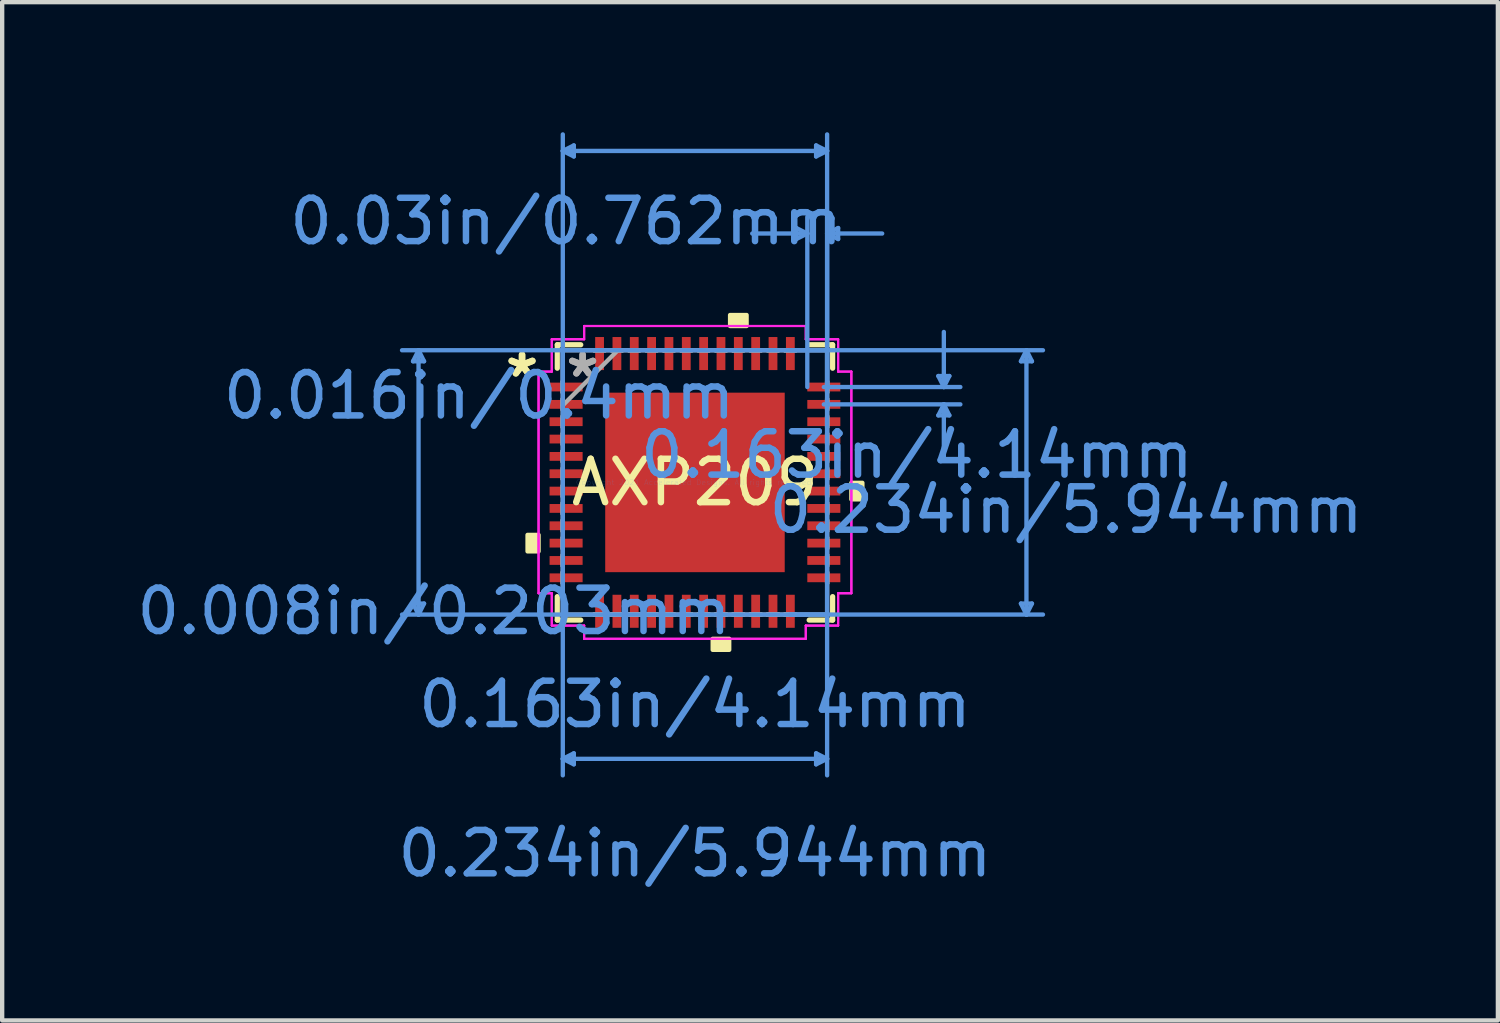
<source format=kicad_pcb>
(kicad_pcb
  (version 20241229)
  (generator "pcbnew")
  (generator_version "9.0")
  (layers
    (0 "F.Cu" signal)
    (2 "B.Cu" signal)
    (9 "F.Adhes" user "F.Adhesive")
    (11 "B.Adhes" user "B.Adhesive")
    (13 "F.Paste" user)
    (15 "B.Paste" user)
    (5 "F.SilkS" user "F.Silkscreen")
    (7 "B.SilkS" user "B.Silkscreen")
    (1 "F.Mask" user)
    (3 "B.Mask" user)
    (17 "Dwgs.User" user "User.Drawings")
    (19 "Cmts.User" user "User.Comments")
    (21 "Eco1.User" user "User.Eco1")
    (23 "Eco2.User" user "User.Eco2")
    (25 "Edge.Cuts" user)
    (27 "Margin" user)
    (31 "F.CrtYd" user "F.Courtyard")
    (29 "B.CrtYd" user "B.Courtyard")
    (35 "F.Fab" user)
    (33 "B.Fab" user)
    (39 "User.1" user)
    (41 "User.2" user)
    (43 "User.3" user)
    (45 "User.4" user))
  (footprint "AXP209"
    (layer "F.Cu")
    (at 12.978 8.076)
    (property "Reference" "AXP209" (at 0 0 0) (layer "F.SilkS") (effects (font (size 1 1) (thickness 0.15))))
    (attr through_hole)
    (fp_line (start -3.175 -3.175) (end -3.175 -2.634) (stroke (width 0.12) (type solid)) (layer "F.SilkS"))
    (fp_line (start -3.175 2.634) (end -3.175 3.175) (stroke (width 0.12) (type solid)) (layer "F.SilkS"))
    (fp_line (start -3.175 3.175) (end -2.634 3.175) (stroke (width 0.12) (type solid)) (layer "F.SilkS"))
    (fp_line (start -2.634 -3.175) (end -3.175 -3.175) (stroke (width 0.12) (type solid)) (layer "F.SilkS"))
    (fp_line (start 2.634 3.175) (end 3.175 3.175) (stroke (width 0.12) (type solid)) (layer "F.SilkS"))
    (fp_line (start 3.175 -3.175) (end 2.634 -3.175) (stroke (width 0.12) (type solid)) (layer "F.SilkS"))
    (fp_line (start 3.175 -2.634) (end 3.175 -3.175) (stroke (width 0.12) (type solid)) (layer "F.SilkS"))
    (fp_line (start 3.175 3.175) (end 3.175 2.634) (stroke (width 0.12) (type solid)) (layer "F.SilkS"))
    (fp_poly (pts (xy -3.861 1.21) (xy -3.861 1.591) (xy -3.607 1.591) (xy -3.607 1.21)) (stroke (width 0.1) (type solid)) (fill yes) (layer "F.SilkS"))
    (fp_poly (pts (xy 0.409 3.607) (xy 0.409 3.861) (xy 0.79 3.861) (xy 0.79 3.607)) (stroke (width 0.1) (type solid)) (fill yes) (layer "F.SilkS"))
    (fp_poly (pts (xy 0.81 -3.607) (xy 0.81 -3.861) (xy 1.191 -3.861) (xy 1.191 -3.607)) (stroke (width 0.1) (type solid)) (fill yes) (layer "F.SilkS"))
    (fp_poly (pts (xy 3.861 0.009) (xy 3.861 0.391) (xy 3.607 0.391) (xy 3.607 0.009)) (stroke (width 0.1) (type solid)) (fill yes) (layer "F.SilkS"))
    (fp_poly (pts (xy -1.97 -1.97) (xy -1.97 -0.79) (xy -0.79 -0.79) (xy -0.79 -1.97)) (stroke (width 0.1) (type solid)) (fill yes) (layer "F.Paste"))
    (fp_poly (pts (xy -1.97 -0.59) (xy -1.97 0.59) (xy -0.79 0.59) (xy -0.79 -0.59)) (stroke (width 0.1) (type solid)) (fill yes) (layer "F.Paste"))
    (fp_poly (pts (xy -1.97 0.79) (xy -1.97 1.97) (xy -0.79 1.97) (xy -0.79 0.79)) (stroke (width 0.1) (type solid)) (fill yes) (layer "F.Paste"))
    (fp_poly (pts (xy -0.59 -1.97) (xy -0.59 -0.79) (xy 0.59 -0.79) (xy 0.59 -1.97)) (stroke (width 0.1) (type solid)) (fill yes) (layer "F.Paste"))
    (fp_poly (pts (xy -0.59 -0.59) (xy -0.59 0.59) (xy 0.59 0.59) (xy 0.59 -0.59)) (stroke (width 0.1) (type solid)) (fill yes) (layer "F.Paste"))
    (fp_poly (pts (xy -0.59 0.79) (xy -0.59 1.97) (xy 0.59 1.97) (xy 0.59 0.79)) (stroke (width 0.1) (type solid)) (fill yes) (layer "F.Paste"))
    (fp_poly (pts (xy 0.79 -1.97) (xy 0.79 -0.79) (xy 1.97 -0.79) (xy 1.97 -1.97)) (stroke (width 0.1) (type solid)) (fill yes) (layer "F.Paste"))
    (fp_poly (pts (xy 0.79 -0.59) (xy 0.79 0.59) (xy 1.97 0.59) (xy 1.97 -0.59)) (stroke (width 0.1) (type solid)) (fill yes) (layer "F.Paste"))
    (fp_poly (pts (xy 0.79 0.79) (xy 0.79 1.97) (xy 1.97 1.97) (xy 1.97 0.79)) (stroke (width 0.1) (type solid)) (fill yes) (layer "F.Paste"))
    (fp_line (start -6.502 -2.794) (end -6.248 -2.794) (stroke (width 0.1) (type solid)) (layer "Cmts.User"))
    (fp_line (start -6.502 2.794) (end -6.248 2.794) (stroke (width 0.1) (type solid)) (layer "Cmts.User"))
    (fp_line (start -6.375 -3.048) (end -6.502 -2.794) (stroke (width 0.1) (type solid)) (layer "Cmts.User"))
    (fp_line (start -6.375 -3.048) (end -6.375 3.048) (stroke (width 0.1) (type solid)) (layer "Cmts.User"))
    (fp_line (start -6.375 -3.048) (end -6.248 -2.794) (stroke (width 0.1) (type solid)) (layer "Cmts.User"))
    (fp_line (start -6.375 3.048) (end -6.502 2.794) (stroke (width 0.1) (type solid)) (layer "Cmts.User"))
    (fp_line (start -6.375 3.048) (end -6.248 2.794) (stroke (width 0.1) (type solid)) (layer "Cmts.User"))
    (fp_line (start -3.048 -7.645) (end -2.794 -7.772) (stroke (width 0.1) (type solid)) (layer "Cmts.User"))
    (fp_line (start -3.048 -7.645) (end -2.794 -7.518) (stroke (width 0.1) (type solid)) (layer "Cmts.User"))
    (fp_line (start -3.048 -7.645) (end 3.048 -7.645) (stroke (width 0.1) (type solid)) (layer "Cmts.User"))
    (fp_line (start -3.048 -3.048) (end -3.048 6.756) (stroke (width 0.1) (type solid)) (layer "Cmts.User"))
    (fp_line (start -3.048 -2.2) (end -3.048 -8.026) (stroke (width 0.1) (type solid)) (layer "Cmts.User"))
    (fp_line (start -3.048 6.375) (end -2.794 6.248) (stroke (width 0.1) (type solid)) (layer "Cmts.User"))
    (fp_line (start -3.048 6.375) (end -2.794 6.502) (stroke (width 0.1) (type solid)) (layer "Cmts.User"))
    (fp_line (start -3.048 6.375) (end 3.048 6.375) (stroke (width 0.1) (type solid)) (layer "Cmts.User"))
    (fp_line (start -2.794 -7.772) (end -2.794 -7.518) (stroke (width 0.1) (type solid)) (layer "Cmts.User"))
    (fp_line (start -2.794 6.248) (end -2.794 6.502) (stroke (width 0.1) (type solid)) (layer "Cmts.User"))
    (fp_line (start 2.2 -3.048) (end 8.026 -3.048) (stroke (width 0.1) (type solid)) (layer "Cmts.User"))
    (fp_line (start 2.2 3.048) (end 8.026 3.048) (stroke (width 0.1) (type solid)) (layer "Cmts.User"))
    (fp_line (start 2.337 -5.867) (end 2.337 -5.613) (stroke (width 0.1) (type solid)) (layer "Cmts.User"))
    (fp_line (start 2.591 -5.74) (end 1.321 -5.74) (stroke (width 0.1) (type solid)) (layer "Cmts.User"))
    (fp_line (start 2.591 -5.74) (end 2.337 -5.867) (stroke (width 0.1) (type solid)) (layer "Cmts.User"))
    (fp_line (start 2.591 -5.74) (end 2.337 -5.613) (stroke (width 0.1) (type solid)) (layer "Cmts.User"))
    (fp_line (start 2.591 -2.2) (end 2.591 -6.121) (stroke (width 0.1) (type solid)) (layer "Cmts.User"))
    (fp_line (start 2.794 -7.772) (end 2.794 -7.518) (stroke (width 0.1) (type solid)) (layer "Cmts.User"))
    (fp_line (start 2.794 6.248) (end 2.794 6.502) (stroke (width 0.1) (type solid)) (layer "Cmts.User"))
    (fp_line (start 2.972 -2.2) (end 6.121 -2.2) (stroke (width 0.1) (type solid)) (layer "Cmts.User"))
    (fp_line (start 2.972 -1.8) (end 6.121 -1.8) (stroke (width 0.1) (type solid)) (layer "Cmts.User"))
    (fp_line (start 3.048 -7.645) (end 2.794 -7.772) (stroke (width 0.1) (type solid)) (layer "Cmts.User"))
    (fp_line (start 3.048 -7.645) (end 2.794 -7.518) (stroke (width 0.1) (type solid)) (layer "Cmts.User"))
    (fp_line (start 3.048 -5.74) (end 3.302 -5.867) (stroke (width 0.1) (type solid)) (layer "Cmts.User"))
    (fp_line (start 3.048 -5.74) (end 3.302 -5.613) (stroke (width 0.1) (type solid)) (layer "Cmts.User"))
    (fp_line (start 3.048 -5.74) (end 4.318 -5.74) (stroke (width 0.1) (type solid)) (layer "Cmts.User"))
    (fp_line (start 3.048 -3.048) (end -6.756 -3.048) (stroke (width 0.1) (type solid)) (layer "Cmts.User"))
    (fp_line (start 3.048 -3.048) (end 3.048 6.756) (stroke (width 0.1) (type solid)) (layer "Cmts.User"))
    (fp_line (start 3.048 -2.2) (end 3.048 -8.026) (stroke (width 0.1) (type solid)) (layer "Cmts.User"))
    (fp_line (start 3.048 -2.2) (end 3.048 -6.121) (stroke (width 0.1) (type solid)) (layer "Cmts.User"))
    (fp_line (start 3.048 3.048) (end -6.756 3.048) (stroke (width 0.1) (type solid)) (layer "Cmts.User"))
    (fp_line (start 3.048 6.375) (end 2.794 6.248) (stroke (width 0.1) (type solid)) (layer "Cmts.User"))
    (fp_line (start 3.048 6.375) (end 2.794 6.502) (stroke (width 0.1) (type solid)) (layer "Cmts.User"))
    (fp_line (start 3.302 -5.867) (end 3.302 -5.613) (stroke (width 0.1) (type solid)) (layer "Cmts.User"))
    (fp_line (start 5.613 -2.454) (end 5.867 -2.454) (stroke (width 0.1) (type solid)) (layer "Cmts.User"))
    (fp_line (start 5.613 -1.546) (end 5.867 -1.546) (stroke (width 0.1) (type solid)) (layer "Cmts.User"))
    (fp_line (start 5.74 -2.2) (end 5.613 -2.454) (stroke (width 0.1) (type solid)) (layer "Cmts.User"))
    (fp_line (start 5.74 -2.2) (end 5.74 -3.47) (stroke (width 0.1) (type solid)) (layer "Cmts.User"))
    (fp_line (start 5.74 -2.2) (end 5.867 -2.454) (stroke (width 0.1) (type solid)) (layer "Cmts.User"))
    (fp_line (start 5.74 -1.8) (end 5.613 -1.546) (stroke (width 0.1) (type solid)) (layer "Cmts.User"))
    (fp_line (start 5.74 -1.8) (end 5.74 -0.53) (stroke (width 0.1) (type solid)) (layer "Cmts.User"))
    (fp_line (start 5.74 -1.8) (end 5.867 -1.546) (stroke (width 0.1) (type solid)) (layer "Cmts.User"))
    (fp_line (start 7.518 -2.794) (end 7.772 -2.794) (stroke (width 0.1) (type solid)) (layer "Cmts.User"))
    (fp_line (start 7.518 2.794) (end 7.772 2.794) (stroke (width 0.1) (type solid)) (layer "Cmts.User"))
    (fp_line (start 7.645 -3.048) (end 7.518 -2.794) (stroke (width 0.1) (type solid)) (layer "Cmts.User"))
    (fp_line (start 7.645 -3.048) (end 7.645 3.048) (stroke (width 0.1) (type solid)) (layer "Cmts.User"))
    (fp_line (start 7.645 -3.048) (end 7.772 -2.794) (stroke (width 0.1) (type solid)) (layer "Cmts.User"))
    (fp_line (start 7.645 3.048) (end 7.518 2.794) (stroke (width 0.1) (type solid)) (layer "Cmts.User"))
    (fp_line (start 7.645 3.048) (end 7.772 2.794) (stroke (width 0.1) (type solid)) (layer "Cmts.User"))
    (fp_line (start -3.607 -2.556) (end -3.302 -2.556) (stroke (width 0.05) (type solid)) (layer "F.CrtYd"))
    (fp_line (start -3.607 -2.556) (end -3.302 -2.556) (stroke (width 0.05) (type solid)) (layer "F.CrtYd"))
    (fp_line (start -3.607 2.556) (end -3.607 -2.556) (stroke (width 0.05) (type solid)) (layer "F.CrtYd"))
    (fp_line (start -3.607 2.556) (end -3.607 -2.556) (stroke (width 0.05) (type solid)) (layer "F.CrtYd"))
    (fp_line (start -3.302 -3.302) (end -2.556 -3.302) (stroke (width 0.05) (type solid)) (layer "F.CrtYd"))
    (fp_line (start -3.302 -3.302) (end -2.556 -3.302) (stroke (width 0.05) (type solid)) (layer "F.CrtYd"))
    (fp_line (start -3.302 -2.556) (end -3.302 -3.302) (stroke (width 0.05) (type solid)) (layer "F.CrtYd"))
    (fp_line (start -3.302 -2.556) (end -3.302 -3.302) (stroke (width 0.05) (type solid)) (layer "F.CrtYd"))
    (fp_line (start -3.302 2.556) (end -3.607 2.556) (stroke (width 0.05) (type solid)) (layer "F.CrtYd"))
    (fp_line (start -3.302 2.556) (end -3.607 2.556) (stroke (width 0.05) (type solid)) (layer "F.CrtYd"))
    (fp_line (start -3.302 3.302) (end -3.302 2.556) (stroke (width 0.05) (type solid)) (layer "F.CrtYd"))
    (fp_line (start -3.302 3.302) (end -3.302 2.556) (stroke (width 0.05) (type solid)) (layer "F.CrtYd"))
    (fp_line (start -2.556 -3.607) (end 2.556 -3.607) (stroke (width 0.05) (type solid)) (layer "F.CrtYd"))
    (fp_line (start -2.556 -3.607) (end 2.556 -3.607) (stroke (width 0.05) (type solid)) (layer "F.CrtYd"))
    (fp_line (start -2.556 -3.302) (end -2.556 -3.607) (stroke (width 0.05) (type solid)) (layer "F.CrtYd"))
    (fp_line (start -2.556 -3.302) (end -2.556 -3.607) (stroke (width 0.05) (type solid)) (layer "F.CrtYd"))
    (fp_line (start -2.556 3.302) (end -3.302 3.302) (stroke (width 0.05) (type solid)) (layer "F.CrtYd"))
    (fp_line (start -2.556 3.302) (end -3.302 3.302) (stroke (width 0.05) (type solid)) (layer "F.CrtYd"))
    (fp_line (start -2.556 3.607) (end -2.556 3.302) (stroke (width 0.05) (type solid)) (layer "F.CrtYd"))
    (fp_line (start -2.556 3.607) (end -2.556 3.302) (stroke (width 0.05) (type solid)) (layer "F.CrtYd"))
    (fp_line (start 2.556 -3.607) (end 2.556 -3.302) (stroke (width 0.05) (type solid)) (layer "F.CrtYd"))
    (fp_line (start 2.556 -3.607) (end 2.556 -3.302) (stroke (width 0.05) (type solid)) (layer "F.CrtYd"))
    (fp_line (start 2.556 -3.302) (end 3.302 -3.302) (stroke (width 0.05) (type solid)) (layer "F.CrtYd"))
    (fp_line (start 2.556 -3.302) (end 3.302 -3.302) (stroke (width 0.05) (type solid)) (layer "F.CrtYd"))
    (fp_line (start 2.556 3.302) (end 2.556 3.607) (stroke (width 0.05) (type solid)) (layer "F.CrtYd"))
    (fp_line (start 2.556 3.302) (end 2.556 3.607) (stroke (width 0.05) (type solid)) (layer "F.CrtYd"))
    (fp_line (start 2.556 3.607) (end -2.556 3.607) (stroke (width 0.05) (type solid)) (layer "F.CrtYd"))
    (fp_line (start 2.556 3.607) (end -2.556 3.607) (stroke (width 0.05) (type solid)) (layer "F.CrtYd"))
    (fp_line (start 3.302 -3.302) (end 3.302 -2.556) (stroke (width 0.05) (type solid)) (layer "F.CrtYd"))
    (fp_line (start 3.302 -3.302) (end 3.302 -2.556) (stroke (width 0.05) (type solid)) (layer "F.CrtYd"))
    (fp_line (start 3.302 -2.556) (end 3.607 -2.556) (stroke (width 0.05) (type solid)) (layer "F.CrtYd"))
    (fp_line (start 3.302 -2.556) (end 3.607 -2.556) (stroke (width 0.05) (type solid)) (layer "F.CrtYd"))
    (fp_line (start 3.302 2.556) (end 3.302 3.302) (stroke (width 0.05) (type solid)) (layer "F.CrtYd"))
    (fp_line (start 3.302 2.556) (end 3.302 3.302) (stroke (width 0.05) (type solid)) (layer "F.CrtYd"))
    (fp_line (start 3.302 3.302) (end 2.556 3.302) (stroke (width 0.05) (type solid)) (layer "F.CrtYd"))
    (fp_line (start 3.302 3.302) (end 2.556 3.302) (stroke (width 0.05) (type solid)) (layer "F.CrtYd"))
    (fp_line (start 3.607 -2.556) (end 3.607 2.556) (stroke (width 0.05) (type solid)) (layer "F.CrtYd"))
    (fp_line (start 3.607 -2.556) (end 3.607 2.556) (stroke (width 0.05) (type solid)) (layer "F.CrtYd"))
    (fp_line (start 3.607 2.556) (end 3.302 2.556) (stroke (width 0.05) (type solid)) (layer "F.CrtYd"))
    (fp_line (start 3.607 2.556) (end 3.302 2.556) (stroke (width 0.05) (type solid)) (layer "F.CrtYd"))
    (fp_line (start -3.048 -3.048) (end -3.048 -3.048) (stroke (width 0.1) (type solid)) (layer "F.Fab"))
    (fp_line (start -3.048 -3.048) (end -3.048 3.048) (stroke (width 0.1) (type solid)) (layer "F.Fab"))
    (fp_line (start -3.048 -2.327) (end -3.048 -2.327) (stroke (width 0.1) (type solid)) (layer "F.Fab"))
    (fp_line (start -3.048 -2.327) (end -3.048 -2.073) (stroke (width 0.1) (type solid)) (layer "F.Fab"))
    (fp_line (start -3.048 -2.073) (end -3.048 -2.327) (stroke (width 0.1) (type solid)) (layer "F.Fab"))
    (fp_line (start -3.048 -2.073) (end -3.048 -2.073) (stroke (width 0.1) (type solid)) (layer "F.Fab"))
    (fp_line (start -3.048 -1.927) (end -3.048 -1.927) (stroke (width 0.1) (type solid)) (layer "F.Fab"))
    (fp_line (start -3.048 -1.927) (end -3.048 -1.673) (stroke (width 0.1) (type solid)) (layer "F.Fab"))
    (fp_line (start -3.048 -1.778) (end -1.778 -3.048) (stroke (width 0.1) (type solid)) (layer "F.Fab"))
    (fp_line (start -3.048 -1.673) (end -3.048 -1.927) (stroke (width 0.1) (type solid)) (layer "F.Fab"))
    (fp_line (start -3.048 -1.673) (end -3.048 -1.673) (stroke (width 0.1) (type solid)) (layer "F.Fab"))
    (fp_line (start -3.048 -1.527) (end -3.048 -1.527) (stroke (width 0.1) (type solid)) (layer "F.Fab"))
    (fp_line (start -3.048 -1.527) (end -3.048 -1.273) (stroke (width 0.1) (type solid)) (layer "F.Fab"))
    (fp_line (start -3.048 -1.273) (end -3.048 -1.527) (stroke (width 0.1) (type solid)) (layer "F.Fab"))
    (fp_line (start -3.048 -1.273) (end -3.048 -1.273) (stroke (width 0.1) (type solid)) (layer "F.Fab"))
    (fp_line (start -3.048 -1.127) (end -3.048 -1.127) (stroke (width 0.1) (type solid)) (layer "F.Fab"))
    (fp_line (start -3.048 -1.127) (end -3.048 -0.873) (stroke (width 0.1) (type solid)) (layer "F.Fab"))
    (fp_line (start -3.048 -0.873) (end -3.048 -1.127) (stroke (width 0.1) (type solid)) (layer "F.Fab"))
    (fp_line (start -3.048 -0.873) (end -3.048 -0.873) (stroke (width 0.1) (type solid)) (layer "F.Fab"))
    (fp_line (start -3.048 -0.727) (end -3.048 -0.727) (stroke (width 0.1) (type solid)) (layer "F.Fab"))
    (fp_line (start -3.048 -0.727) (end -3.048 -0.473) (stroke (width 0.1) (type solid)) (layer "F.Fab"))
    (fp_line (start -3.048 -0.473) (end -3.048 -0.727) (stroke (width 0.1) (type solid)) (layer "F.Fab"))
    (fp_line (start -3.048 -0.473) (end -3.048 -0.473) (stroke (width 0.1) (type solid)) (layer "F.Fab"))
    (fp_line (start -3.048 -0.327) (end -3.048 -0.327) (stroke (width 0.1) (type solid)) (layer "F.Fab"))
    (fp_line (start -3.048 -0.327) (end -3.048 -0.073) (stroke (width 0.1) (type solid)) (layer "F.Fab"))
    (fp_line (start -3.048 -0.073) (end -3.048 -0.327) (stroke (width 0.1) (type solid)) (layer "F.Fab"))
    (fp_line (start -3.048 -0.073) (end -3.048 -0.073) (stroke (width 0.1) (type solid)) (layer "F.Fab"))
    (fp_line (start -3.048 0.073) (end -3.048 0.073) (stroke (width 0.1) (type solid)) (layer "F.Fab"))
    (fp_line (start -3.048 0.073) (end -3.048 0.327) (stroke (width 0.1) (type solid)) (layer "F.Fab"))
    (fp_line (start -3.048 0.327) (end -3.048 0.073) (stroke (width 0.1) (type solid)) (layer "F.Fab"))
    (fp_line (start -3.048 0.327) (end -3.048 0.327) (stroke (width 0.1) (type solid)) (layer "F.Fab"))
    (fp_line (start -3.048 0.473) (end -3.048 0.473) (stroke (width 0.1) (type solid)) (layer "F.Fab"))
    (fp_line (start -3.048 0.473) (end -3.048 0.727) (stroke (width 0.1) (type solid)) (layer "F.Fab"))
    (fp_line (start -3.048 0.727) (end -3.048 0.473) (stroke (width 0.1) (type solid)) (layer "F.Fab"))
    (fp_line (start -3.048 0.727) (end -3.048 0.727) (stroke (width 0.1) (type solid)) (layer "F.Fab"))
    (fp_line (start -3.048 0.873) (end -3.048 0.873) (stroke (width 0.1) (type solid)) (layer "F.Fab"))
    (fp_line (start -3.048 0.873) (end -3.048 1.127) (stroke (width 0.1) (type solid)) (layer "F.Fab"))
    (fp_line (start -3.048 1.127) (end -3.048 0.873) (stroke (width 0.1) (type solid)) (layer "F.Fab"))
    (fp_line (start -3.048 1.127) (end -3.048 1.127) (stroke (width 0.1) (type solid)) (layer "F.Fab"))
    (fp_line (start -3.048 1.273) (end -3.048 1.273) (stroke (width 0.1) (type solid)) (layer "F.Fab"))
    (fp_line (start -3.048 1.273) (end -3.048 1.527) (stroke (width 0.1) (type solid)) (layer "F.Fab"))
    (fp_line (start -3.048 1.527) (end -3.048 1.273) (stroke (width 0.1) (type solid)) (layer "F.Fab"))
    (fp_line (start -3.048 1.527) (end -3.048 1.527) (stroke (width 0.1) (type solid)) (layer "F.Fab"))
    (fp_line (start -3.048 1.673) (end -3.048 1.673) (stroke (width 0.1) (type solid)) (layer "F.Fab"))
    (fp_line (start -3.048 1.673) (end -3.048 1.927) (stroke (width 0.1) (type solid)) (layer "F.Fab"))
    (fp_line (start -3.048 1.927) (end -3.048 1.673) (stroke (width 0.1) (type solid)) (layer "F.Fab"))
    (fp_line (start -3.048 1.927) (end -3.048 1.927) (stroke (width 0.1) (type solid)) (layer "F.Fab"))
    (fp_line (start -3.048 2.073) (end -3.048 2.073) (stroke (width 0.1) (type solid)) (layer "F.Fab"))
    (fp_line (start -3.048 2.073) (end -3.048 2.327) (stroke (width 0.1) (type solid)) (layer "F.Fab"))
    (fp_line (start -3.048 2.327) (end -3.048 2.073) (stroke (width 0.1) (type solid)) (layer "F.Fab"))
    (fp_line (start -3.048 2.327) (end -3.048 2.327) (stroke (width 0.1) (type solid)) (layer "F.Fab"))
    (fp_line (start -3.048 3.048) (end -3.048 3.048) (stroke (width 0.1) (type solid)) (layer "F.Fab"))
    (fp_line (start -3.048 3.048) (end 3.048 3.048) (stroke (width 0.1) (type solid)) (layer "F.Fab"))
    (fp_line (start -2.327 -3.048) (end -2.327 -3.048) (stroke (width 0.1) (type solid)) (layer "F.Fab"))
    (fp_line (start -2.327 -3.048) (end -2.073 -3.048) (stroke (width 0.1) (type solid)) (layer "F.Fab"))
    (fp_line (start -2.327 3.048) (end -2.327 3.048) (stroke (width 0.1) (type solid)) (layer "F.Fab"))
    (fp_line (start -2.327 3.048) (end -2.073 3.048) (stroke (width 0.1) (type solid)) (layer "F.Fab"))
    (fp_line (start -2.073 -3.048) (end -2.327 -3.048) (stroke (width 0.1) (type solid)) (layer "F.Fab"))
    (fp_line (start -2.073 -3.048) (end -2.073 -3.048) (stroke (width 0.1) (type solid)) (layer "F.Fab"))
    (fp_line (start -2.073 3.048) (end -2.327 3.048) (stroke (width 0.1) (type solid)) (layer "F.Fab"))
    (fp_line (start -2.073 3.048) (end -2.073 3.048) (stroke (width 0.1) (type solid)) (layer "F.Fab"))
    (fp_line (start -1.927 -3.048) (end -1.927 -3.048) (stroke (width 0.1) (type solid)) (layer "F.Fab"))
    (fp_line (start -1.927 -3.048) (end -1.673 -3.048) (stroke (width 0.1) (type solid)) (layer "F.Fab"))
    (fp_line (start -1.927 3.048) (end -1.927 3.048) (stroke (width 0.1) (type solid)) (layer "F.Fab"))
    (fp_line (start -1.927 3.048) (end -1.673 3.048) (stroke (width 0.1) (type solid)) (layer "F.Fab"))
    (fp_line (start -1.673 -3.048) (end -1.927 -3.048) (stroke (width 0.1) (type solid)) (layer "F.Fab"))
    (fp_line (start -1.673 -3.048) (end -1.673 -3.048) (stroke (width 0.1) (type solid)) (layer "F.Fab"))
    (fp_line (start -1.673 3.048) (end -1.927 3.048) (stroke (width 0.1) (type solid)) (layer "F.Fab"))
    (fp_line (start -1.673 3.048) (end -1.673 3.048) (stroke (width 0.1) (type solid)) (layer "F.Fab"))
    (fp_line (start -1.527 -3.048) (end -1.527 -3.048) (stroke (width 0.1) (type solid)) (layer "F.Fab"))
    (fp_line (start -1.527 -3.048) (end -1.273 -3.048) (stroke (width 0.1) (type solid)) (layer "F.Fab"))
    (fp_line (start -1.527 3.048) (end -1.527 3.048) (stroke (width 0.1) (type solid)) (layer "F.Fab"))
    (fp_line (start -1.527 3.048) (end -1.273 3.048) (stroke (width 0.1) (type solid)) (layer "F.Fab"))
    (fp_line (start -1.273 -3.048) (end -1.527 -3.048) (stroke (width 0.1) (type solid)) (layer "F.Fab"))
    (fp_line (start -1.273 -3.048) (end -1.273 -3.048) (stroke (width 0.1) (type solid)) (layer "F.Fab"))
    (fp_line (start -1.273 3.048) (end -1.527 3.048) (stroke (width 0.1) (type solid)) (layer "F.Fab"))
    (fp_line (start -1.273 3.048) (end -1.273 3.048) (stroke (width 0.1) (type solid)) (layer "F.Fab"))
    (fp_line (start -1.127 -3.048) (end -1.127 -3.048) (stroke (width 0.1) (type solid)) (layer "F.Fab"))
    (fp_line (start -1.127 -3.048) (end -0.873 -3.048) (stroke (width 0.1) (type solid)) (layer "F.Fab"))
    (fp_line (start -1.127 3.048) (end -1.127 3.048) (stroke (width 0.1) (type solid)) (layer "F.Fab"))
    (fp_line (start -1.127 3.048) (end -0.873 3.048) (stroke (width 0.1) (type solid)) (layer "F.Fab"))
    (fp_line (start -0.873 -3.048) (end -1.127 -3.048) (stroke (width 0.1) (type solid)) (layer "F.Fab"))
    (fp_line (start -0.873 -3.048) (end -0.873 -3.048) (stroke (width 0.1) (type solid)) (layer "F.Fab"))
    (fp_line (start -0.873 3.048) (end -1.127 3.048) (stroke (width 0.1) (type solid)) (layer "F.Fab"))
    (fp_line (start -0.873 3.048) (end -0.873 3.048) (stroke (width 0.1) (type solid)) (layer "F.Fab"))
    (fp_line (start -0.727 -3.048) (end -0.727 -3.048) (stroke (width 0.1) (type solid)) (layer "F.Fab"))
    (fp_line (start -0.727 -3.048) (end -0.473 -3.048) (stroke (width 0.1) (type solid)) (layer "F.Fab"))
    (fp_line (start -0.727 3.048) (end -0.727 3.048) (stroke (width 0.1) (type solid)) (layer "F.Fab"))
    (fp_line (start -0.727 3.048) (end -0.473 3.048) (stroke (width 0.1) (type solid)) (layer "F.Fab"))
    (fp_line (start -0.473 -3.048) (end -0.727 -3.048) (stroke (width 0.1) (type solid)) (layer "F.Fab"))
    (fp_line (start -0.473 -3.048) (end -0.473 -3.048) (stroke (width 0.1) (type solid)) (layer "F.Fab"))
    (fp_line (start -0.473 3.048) (end -0.727 3.048) (stroke (width 0.1) (type solid)) (layer "F.Fab"))
    (fp_line (start -0.473 3.048) (end -0.473 3.048) (stroke (width 0.1) (type solid)) (layer "F.Fab"))
    (fp_line (start -0.327 -3.048) (end -0.327 -3.048) (stroke (width 0.1) (type solid)) (layer "F.Fab"))
    (fp_line (start -0.327 -3.048) (end -0.073 -3.048) (stroke (width 0.1) (type solid)) (layer "F.Fab"))
    (fp_line (start -0.327 3.048) (end -0.327 3.048) (stroke (width 0.1) (type solid)) (layer "F.Fab"))
    (fp_line (start -0.327 3.048) (end -0.073 3.048) (stroke (width 0.1) (type solid)) (layer "F.Fab"))
    (fp_line (start -0.073 -3.048) (end -0.327 -3.048) (stroke (width 0.1) (type solid)) (layer "F.Fab"))
    (fp_line (start -0.073 -3.048) (end -0.073 -3.048) (stroke (width 0.1) (type solid)) (layer "F.Fab"))
    (fp_line (start -0.073 3.048) (end -0.327 3.048) (stroke (width 0.1) (type solid)) (layer "F.Fab"))
    (fp_line (start -0.073 3.048) (end -0.073 3.048) (stroke (width 0.1) (type solid)) (layer "F.Fab"))
    (fp_line (start 0.073 -3.048) (end 0.073 -3.048) (stroke (width 0.1) (type solid)) (layer "F.Fab"))
    (fp_line (start 0.073 -3.048) (end 0.327 -3.048) (stroke (width 0.1) (type solid)) (layer "F.Fab"))
    (fp_line (start 0.073 3.048) (end 0.073 3.048) (stroke (width 0.1) (type solid)) (layer "F.Fab"))
    (fp_line (start 0.073 3.048) (end 0.327 3.048) (stroke (width 0.1) (type solid)) (layer "F.Fab"))
    (fp_line (start 0.327 -3.048) (end 0.073 -3.048) (stroke (width 0.1) (type solid)) (layer "F.Fab"))
    (fp_line (start 0.327 -3.048) (end 0.327 -3.048) (stroke (width 0.1) (type solid)) (layer "F.Fab"))
    (fp_line (start 0.327 3.048) (end 0.073 3.048) (stroke (width 0.1) (type solid)) (layer "F.Fab"))
    (fp_line (start 0.327 3.048) (end 0.327 3.048) (stroke (width 0.1) (type solid)) (layer "F.Fab"))
    (fp_line (start 0.473 -3.048) (end 0.473 -3.048) (stroke (width 0.1) (type solid)) (layer "F.Fab"))
    (fp_line (start 0.473 -3.048) (end 0.727 -3.048) (stroke (width 0.1) (type solid)) (layer "F.Fab"))
    (fp_line (start 0.473 3.048) (end 0.473 3.048) (stroke (width 0.1) (type solid)) (layer "F.Fab"))
    (fp_line (start 0.473 3.048) (end 0.727 3.048) (stroke (width 0.1) (type solid)) (layer "F.Fab"))
    (fp_line (start 0.727 -3.048) (end 0.473 -3.048) (stroke (width 0.1) (type solid)) (layer "F.Fab"))
    (fp_line (start 0.727 -3.048) (end 0.727 -3.048) (stroke (width 0.1) (type solid)) (layer "F.Fab"))
    (fp_line (start 0.727 3.048) (end 0.473 3.048) (stroke (width 0.1) (type solid)) (layer "F.Fab"))
    (fp_line (start 0.727 3.048) (end 0.727 3.048) (stroke (width 0.1) (type solid)) (layer "F.Fab"))
    (fp_line (start 0.873 -3.048) (end 0.873 -3.048) (stroke (width 0.1) (type solid)) (layer "F.Fab"))
    (fp_line (start 0.873 -3.048) (end 1.127 -3.048) (stroke (width 0.1) (type solid)) (layer "F.Fab"))
    (fp_line (start 0.873 3.048) (end 0.873 3.048) (stroke (width 0.1) (type solid)) (layer "F.Fab"))
    (fp_line (start 0.873 3.048) (end 1.127 3.048) (stroke (width 0.1) (type solid)) (layer "F.Fab"))
    (fp_line (start 1.127 -3.048) (end 0.873 -3.048) (stroke (width 0.1) (type solid)) (layer "F.Fab"))
    (fp_line (start 1.127 -3.048) (end 1.127 -3.048) (stroke (width 0.1) (type solid)) (layer "F.Fab"))
    (fp_line (start 1.127 3.048) (end 0.873 3.048) (stroke (width 0.1) (type solid)) (layer "F.Fab"))
    (fp_line (start 1.127 3.048) (end 1.127 3.048) (stroke (width 0.1) (type solid)) (layer "F.Fab"))
    (fp_line (start 1.273 -3.048) (end 1.273 -3.048) (stroke (width 0.1) (type solid)) (layer "F.Fab"))
    (fp_line (start 1.273 -3.048) (end 1.527 -3.048) (stroke (width 0.1) (type solid)) (layer "F.Fab"))
    (fp_line (start 1.273 3.048) (end 1.273 3.048) (stroke (width 0.1) (type solid)) (layer "F.Fab"))
    (fp_line (start 1.273 3.048) (end 1.527 3.048) (stroke (width 0.1) (type solid)) (layer "F.Fab"))
    (fp_line (start 1.527 -3.048) (end 1.273 -3.048) (stroke (width 0.1) (type solid)) (layer "F.Fab"))
    (fp_line (start 1.527 -3.048) (end 1.527 -3.048) (stroke (width 0.1) (type solid)) (layer "F.Fab"))
    (fp_line (start 1.527 3.048) (end 1.273 3.048) (stroke (width 0.1) (type solid)) (layer "F.Fab"))
    (fp_line (start 1.527 3.048) (end 1.527 3.048) (stroke (width 0.1) (type solid)) (layer "F.Fab"))
    (fp_line (start 1.673 -3.048) (end 1.673 -3.048) (stroke (width 0.1) (type solid)) (layer "F.Fab"))
    (fp_line (start 1.673 -3.048) (end 1.927 -3.048) (stroke (width 0.1) (type solid)) (layer "F.Fab"))
    (fp_line (start 1.673 3.048) (end 1.673 3.048) (stroke (width 0.1) (type solid)) (layer "F.Fab"))
    (fp_line (start 1.673 3.048) (end 1.927 3.048) (stroke (width 0.1) (type solid)) (layer "F.Fab"))
    (fp_line (start 1.927 -3.048) (end 1.673 -3.048) (stroke (width 0.1) (type solid)) (layer "F.Fab"))
    (fp_line (start 1.927 -3.048) (end 1.927 -3.048) (stroke (width 0.1) (type solid)) (layer "F.Fab"))
    (fp_line (start 1.927 3.048) (end 1.673 3.048) (stroke (width 0.1) (type solid)) (layer "F.Fab"))
    (fp_line (start 1.927 3.048) (end 1.927 3.048) (stroke (width 0.1) (type solid)) (layer "F.Fab"))
    (fp_line (start 2.073 -3.048) (end 2.073 -3.048) (stroke (width 0.1) (type solid)) (layer "F.Fab"))
    (fp_line (start 2.073 -3.048) (end 2.327 -3.048) (stroke (width 0.1) (type solid)) (layer "F.Fab"))
    (fp_line (start 2.073 3.048) (end 2.073 3.048) (stroke (width 0.1) (type solid)) (layer "F.Fab"))
    (fp_line (start 2.073 3.048) (end 2.327 3.048) (stroke (width 0.1) (type solid)) (layer "F.Fab"))
    (fp_line (start 2.327 -3.048) (end 2.073 -3.048) (stroke (width 0.1) (type solid)) (layer "F.Fab"))
    (fp_line (start 2.327 -3.048) (end 2.327 -3.048) (stroke (width 0.1) (type solid)) (layer "F.Fab"))
    (fp_line (start 2.327 3.048) (end 2.073 3.048) (stroke (width 0.1) (type solid)) (layer "F.Fab"))
    (fp_line (start 2.327 3.048) (end 2.327 3.048) (stroke (width 0.1) (type solid)) (layer "F.Fab"))
    (fp_line (start 3.048 -3.048) (end -3.048 -3.048) (stroke (width 0.1) (type solid)) (layer "F.Fab"))
    (fp_line (start 3.048 -3.048) (end 3.048 -3.048) (stroke (width 0.1) (type solid)) (layer "F.Fab"))
    (fp_line (start 3.048 -2.327) (end 3.048 -2.327) (stroke (width 0.1) (type solid)) (layer "F.Fab"))
    (fp_line (start 3.048 -2.327) (end 3.048 -2.073) (stroke (width 0.1) (type solid)) (layer "F.Fab"))
    (fp_line (start 3.048 -2.073) (end 3.048 -2.327) (stroke (width 0.1) (type solid)) (layer "F.Fab"))
    (fp_line (start 3.048 -2.073) (end 3.048 -2.073) (stroke (width 0.1) (type solid)) (layer "F.Fab"))
    (fp_line (start 3.048 -1.927) (end 3.048 -1.927) (stroke (width 0.1) (type solid)) (layer "F.Fab"))
    (fp_line (start 3.048 -1.927) (end 3.048 -1.673) (stroke (width 0.1) (type solid)) (layer "F.Fab"))
    (fp_line (start 3.048 -1.673) (end 3.048 -1.927) (stroke (width 0.1) (type solid)) (layer "F.Fab"))
    (fp_line (start 3.048 -1.673) (end 3.048 -1.673) (stroke (width 0.1) (type solid)) (layer "F.Fab"))
    (fp_line (start 3.048 -1.527) (end 3.048 -1.527) (stroke (width 0.1) (type solid)) (layer "F.Fab"))
    (fp_line (start 3.048 -1.527) (end 3.048 -1.273) (stroke (width 0.1) (type solid)) (layer "F.Fab"))
    (fp_line (start 3.048 -1.273) (end 3.048 -1.527) (stroke (width 0.1) (type solid)) (layer "F.Fab"))
    (fp_line (start 3.048 -1.273) (end 3.048 -1.273) (stroke (width 0.1) (type solid)) (layer "F.Fab"))
    (fp_line (start 3.048 -1.127) (end 3.048 -1.127) (stroke (width 0.1) (type solid)) (layer "F.Fab"))
    (fp_line (start 3.048 -1.127) (end 3.048 -0.873) (stroke (width 0.1) (type solid)) (layer "F.Fab"))
    (fp_line (start 3.048 -0.873) (end 3.048 -1.127) (stroke (width 0.1) (type solid)) (layer "F.Fab"))
    (fp_line (start 3.048 -0.873) (end 3.048 -0.873) (stroke (width 0.1) (type solid)) (layer "F.Fab"))
    (fp_line (start 3.048 -0.727) (end 3.048 -0.727) (stroke (width 0.1) (type solid)) (layer "F.Fab"))
    (fp_line (start 3.048 -0.727) (end 3.048 -0.473) (stroke (width 0.1) (type solid)) (layer "F.Fab"))
    (fp_line (start 3.048 -0.473) (end 3.048 -0.727) (stroke (width 0.1) (type solid)) (layer "F.Fab"))
    (fp_line (start 3.048 -0.473) (end 3.048 -0.473) (stroke (width 0.1) (type solid)) (layer "F.Fab"))
    (fp_line (start 3.048 -0.327) (end 3.048 -0.327) (stroke (width 0.1) (type solid)) (layer "F.Fab"))
    (fp_line (start 3.048 -0.327) (end 3.048 -0.073) (stroke (width 0.1) (type solid)) (layer "F.Fab"))
    (fp_line (start 3.048 -0.073) (end 3.048 -0.327) (stroke (width 0.1) (type solid)) (layer "F.Fab"))
    (fp_line (start 3.048 -0.073) (end 3.048 -0.073) (stroke (width 0.1) (type solid)) (layer "F.Fab"))
    (fp_line (start 3.048 0.073) (end 3.048 0.073) (stroke (width 0.1) (type solid)) (layer "F.Fab"))
    (fp_line (start 3.048 0.073) (end 3.048 0.327) (stroke (width 0.1) (type solid)) (layer "F.Fab"))
    (fp_line (start 3.048 0.327) (end 3.048 0.073) (stroke (width 0.1) (type solid)) (layer "F.Fab"))
    (fp_line (start 3.048 0.327) (end 3.048 0.327) (stroke (width 0.1) (type solid)) (layer "F.Fab"))
    (fp_line (start 3.048 0.473) (end 3.048 0.473) (stroke (width 0.1) (type solid)) (layer "F.Fab"))
    (fp_line (start 3.048 0.473) (end 3.048 0.727) (stroke (width 0.1) (type solid)) (layer "F.Fab"))
    (fp_line (start 3.048 0.727) (end 3.048 0.473) (stroke (width 0.1) (type solid)) (layer "F.Fab"))
    (fp_line (start 3.048 0.727) (end 3.048 0.727) (stroke (width 0.1) (type solid)) (layer "F.Fab"))
    (fp_line (start 3.048 0.873) (end 3.048 0.873) (stroke (width 0.1) (type solid)) (layer "F.Fab"))
    (fp_line (start 3.048 0.873) (end 3.048 1.127) (stroke (width 0.1) (type solid)) (layer "F.Fab"))
    (fp_line (start 3.048 1.127) (end 3.048 0.873) (stroke (width 0.1) (type solid)) (layer "F.Fab"))
    (fp_line (start 3.048 1.127) (end 3.048 1.127) (stroke (width 0.1) (type solid)) (layer "F.Fab"))
    (fp_line (start 3.048 1.273) (end 3.048 1.273) (stroke (width 0.1) (type solid)) (layer "F.Fab"))
    (fp_line (start 3.048 1.273) (end 3.048 1.527) (stroke (width 0.1) (type solid)) (layer "F.Fab"))
    (fp_line (start 3.048 1.527) (end 3.048 1.273) (stroke (width 0.1) (type solid)) (layer "F.Fab"))
    (fp_line (start 3.048 1.527) (end 3.048 1.527) (stroke (width 0.1) (type solid)) (layer "F.Fab"))
    (fp_line (start 3.048 1.673) (end 3.048 1.673) (stroke (width 0.1) (type solid)) (layer "F.Fab"))
    (fp_line (start 3.048 1.673) (end 3.048 1.927) (stroke (width 0.1) (type solid)) (layer "F.Fab"))
    (fp_line (start 3.048 1.927) (end 3.048 1.673) (stroke (width 0.1) (type solid)) (layer "F.Fab"))
    (fp_line (start 3.048 1.927) (end 3.048 1.927) (stroke (width 0.1) (type solid)) (layer "F.Fab"))
    (fp_line (start 3.048 2.073) (end 3.048 2.073) (stroke (width 0.1) (type solid)) (layer "F.Fab"))
    (fp_line (start 3.048 2.073) (end 3.048 2.327) (stroke (width 0.1) (type solid)) (layer "F.Fab"))
    (fp_line (start 3.048 2.327) (end 3.048 2.073) (stroke (width 0.1) (type solid)) (layer "F.Fab"))
    (fp_line (start 3.048 2.327) (end 3.048 2.327) (stroke (width 0.1) (type solid)) (layer "F.Fab"))
    (fp_line (start 3.048 3.048) (end 3.048 -3.048) (stroke (width 0.1) (type solid)) (layer "F.Fab"))
    (fp_line (start 3.048 3.048) (end 3.048 3.048) (stroke (width 0.1) (type solid)) (layer "F.Fab"))
    (fp_text user "*" (at -3.988 -2.4 0) (layer "F.SilkS") (effects (font (size 1 1) (thickness 0.15))))
    (fp_text user "*" (at -3.988 -2.4 0) (layer "F.SilkS") (effects (font (size 1 1) (thickness 0.15))))
    (fp_text user "0.016in/0.4mm" (at -4.978 -2 0) (layer "Cmts.User") (effects (font (size 1 1) (thickness 0.15))))
    (fp_text user "0.008in/0.203mm" (at -6.02 2.972 0) (layer "Cmts.User") (effects (font (size 1 1) (thickness 0.15))))
    (fp_text user "0.234in/5.944mm" (at 0 8.56 0) (layer "Cmts.User") (effects (font (size 1 1) (thickness 0.15))))
    (fp_text user "0.163in/4.14mm" (at 0 5.118 0) (layer "Cmts.User") (effects (font (size 1 1) (thickness 0.15))))
    (fp_text user "0.163in/4.14mm" (at 5.118 -0.635 0) (layer "Cmts.User") (effects (font (size 1 1) (thickness 0.15))))
    (fp_text user "0.03in/0.762mm" (at -2.972 -6.02 0) (layer "Cmts.User") (effects (font (size 1 1) (thickness 0.15))))
    (fp_text user "0.234in/5.944mm" (at 8.56 0.635 0) (layer "Cmts.User") (effects (font (size 1 1) (thickness 0.15))))
    (fp_text user "Copyright 2021 Accelerated Designs. All rights reserved." (at 0 0 0) (layer "Cmts.User") (effects (font (size 0.127 0.127) (thickness 0.002))))
    (fp_text user "*" (at -2.591 -2.4 0) (layer "F.Fab") (effects (font (size 1 1) (thickness 0.15))))
    (fp_text user "*" (at -2.591 -2.4 0) (layer "F.Fab") (effects (font (size 1 1) (thickness 0.15))))
    (pad "1" smd rect (at -2.972 -2.2 90) (size 0.203 0.762) (layers "F.Cu" "F.Mask" "F.Paste"))
    (pad "2" smd rect (at -2.972 -1.8 90) (size 0.203 0.762) (layers "F.Cu" "F.Mask" "F.Paste"))
    (pad "3" smd rect (at -2.972 -1.4 90) (size 0.203 0.762) (layers "F.Cu" "F.Mask" "F.Paste"))
    (pad "4" smd rect (at -2.972 -1 90) (size 0.203 0.762) (layers "F.Cu" "F.Mask" "F.Paste"))
    (pad "5" smd rect (at -2.972 -0.6 90) (size 0.203 0.762) (layers "F.Cu" "F.Mask" "F.Paste"))
    (pad "6" smd rect (at -2.972 -0.2 90) (size 0.203 0.762) (layers "F.Cu" "F.Mask" "F.Paste"))
    (pad "7" smd rect (at -2.972 0.2 90) (size 0.203 0.762) (layers "F.Cu" "F.Mask" "F.Paste"))
    (pad "8" smd rect (at -2.972 0.6 90) (size 0.203 0.762) (layers "F.Cu" "F.Mask" "F.Paste"))
    (pad "9" smd rect (at -2.972 1 90) (size 0.203 0.762) (layers "F.Cu" "F.Mask" "F.Paste"))
    (pad "10" smd rect (at -2.972 1.4 90) (size 0.203 0.762) (layers "F.Cu" "F.Mask" "F.Paste"))
    (pad "11" smd rect (at -2.972 1.8 90) (size 0.203 0.762) (layers "F.Cu" "F.Mask" "F.Paste"))
    (pad "12" smd rect (at -2.972 2.2 90) (size 0.203 0.762) (layers "F.Cu" "F.Mask" "F.Paste"))
    (pad "13" smd rect (at -2.2 2.972) (size 0.203 0.762) (layers "F.Cu" "F.Mask" "F.Paste"))
    (pad "14" smd rect (at -1.8 2.972) (size 0.203 0.762) (layers "F.Cu" "F.Mask" "F.Paste"))
    (pad "15" smd rect (at -1.4 2.972) (size 0.203 0.762) (layers "F.Cu" "F.Mask" "F.Paste"))
    (pad "16" smd rect (at -1 2.972) (size 0.203 0.762) (layers "F.Cu" "F.Mask" "F.Paste"))
    (pad "17" smd rect (at -0.6 2.972) (size 0.203 0.762) (layers "F.Cu" "F.Mask" "F.Paste"))
    (pad "18" smd rect (at -0.2 2.972) (size 0.203 0.762) (layers "F.Cu" "F.Mask" "F.Paste"))
    (pad "19" smd rect (at 0.2 2.972) (size 0.203 0.762) (layers "F.Cu" "F.Mask" "F.Paste"))
    (pad "20" smd rect (at 0.6 2.972) (size 0.203 0.762) (layers "F.Cu" "F.Mask" "F.Paste"))
    (pad "21" smd rect (at 1 2.972) (size 0.203 0.762) (layers "F.Cu" "F.Mask" "F.Paste"))
    (pad "22" smd rect (at 1.4 2.972) (size 0.203 0.762) (layers "F.Cu" "F.Mask" "F.Paste"))
    (pad "23" smd rect (at 1.8 2.972) (size 0.203 0.762) (layers "F.Cu" "F.Mask" "F.Paste"))
    (pad "24" smd rect (at 2.2 2.972) (size 0.203 0.762) (layers "F.Cu" "F.Mask" "F.Paste"))
    (pad "25" smd rect (at 2.972 2.2 90) (size 0.203 0.762) (layers "F.Cu" "F.Mask" "F.Paste"))
    (pad "26" smd rect (at 2.972 1.8 90) (size 0.203 0.762) (layers "F.Cu" "F.Mask" "F.Paste"))
    (pad "27" smd rect (at 2.972 1.4 90) (size 0.203 0.762) (layers "F.Cu" "F.Mask" "F.Paste"))
    (pad "28" smd rect (at 2.972 1 90) (size 0.203 0.762) (layers "F.Cu" "F.Mask" "F.Paste"))
    (pad "29" smd rect (at 2.972 0.6 90) (size 0.203 0.762) (layers "F.Cu" "F.Mask" "F.Paste"))
    (pad "30" smd rect (at 2.972 0.2 90) (size 0.203 0.762) (layers "F.Cu" "F.Mask" "F.Paste"))
    (pad "31" smd rect (at 2.972 -0.2 90) (size 0.203 0.762) (layers "F.Cu" "F.Mask" "F.Paste"))
    (pad "32" smd rect (at 2.972 -0.6 90) (size 0.203 0.762) (layers "F.Cu" "F.Mask" "F.Paste"))
    (pad "33" smd rect (at 2.972 -1 90) (size 0.203 0.762) (layers "F.Cu" "F.Mask" "F.Paste"))
    (pad "34" smd rect (at 2.972 -1.4 90) (size 0.203 0.762) (layers "F.Cu" "F.Mask" "F.Paste"))
    (pad "35" smd rect (at 2.972 -1.8 90) (size 0.203 0.762) (layers "F.Cu" "F.Mask" "F.Paste"))
    (pad "36" smd rect (at 2.972 -2.2 90) (size 0.203 0.762) (layers "F.Cu" "F.Mask" "F.Paste"))
    (pad "37" smd rect (at 2.2 -2.972) (size 0.203 0.762) (layers "F.Cu" "F.Mask" "F.Paste"))
    (pad "38" smd rect (at 1.8 -2.972) (size 0.203 0.762) (layers "F.Cu" "F.Mask" "F.Paste"))
    (pad "39" smd rect (at 1.4 -2.972) (size 0.203 0.762) (layers "F.Cu" "F.Mask" "F.Paste"))
    (pad "40" smd rect (at 1 -2.972) (size 0.203 0.762) (layers "F.Cu" "F.Mask" "F.Paste"))
    (pad "41" smd rect (at 0.6 -2.972) (size 0.203 0.762) (layers "F.Cu" "F.Mask" "F.Paste"))
    (pad "42" smd rect (at 0.2 -2.972) (size 0.203 0.762) (layers "F.Cu" "F.Mask" "F.Paste"))
    (pad "43" smd rect (at -0.2 -2.972) (size 0.203 0.762) (layers "F.Cu" "F.Mask" "F.Paste"))
    (pad "44" smd rect (at -0.6 -2.972) (size 0.203 0.762) (layers "F.Cu" "F.Mask" "F.Paste"))
    (pad "45" smd rect (at -1 -2.972) (size 0.203 0.762) (layers "F.Cu" "F.Mask" "F.Paste"))
    (pad "46" smd rect (at -1.4 -2.972) (size 0.203 0.762) (layers "F.Cu" "F.Mask" "F.Paste"))
    (pad "47" smd rect (at -1.8 -2.972) (size 0.203 0.762) (layers "F.Cu" "F.Mask" "F.Paste"))
    (pad "48" smd rect (at -2.2 -2.972) (size 0.203 0.762) (layers "F.Cu" "F.Mask" "F.Paste"))
    (pad "49" smd rect (at 0 0) (size 4.14 4.14) (layers "F.Cu" "F.Mask")))
  (gr_rect
    (start -3 -3)
    (end 31.496 20.484)
    (stroke (width 0.1) (type default))
    (fill no)
    (layer "Edge.Cuts")))
</source>
